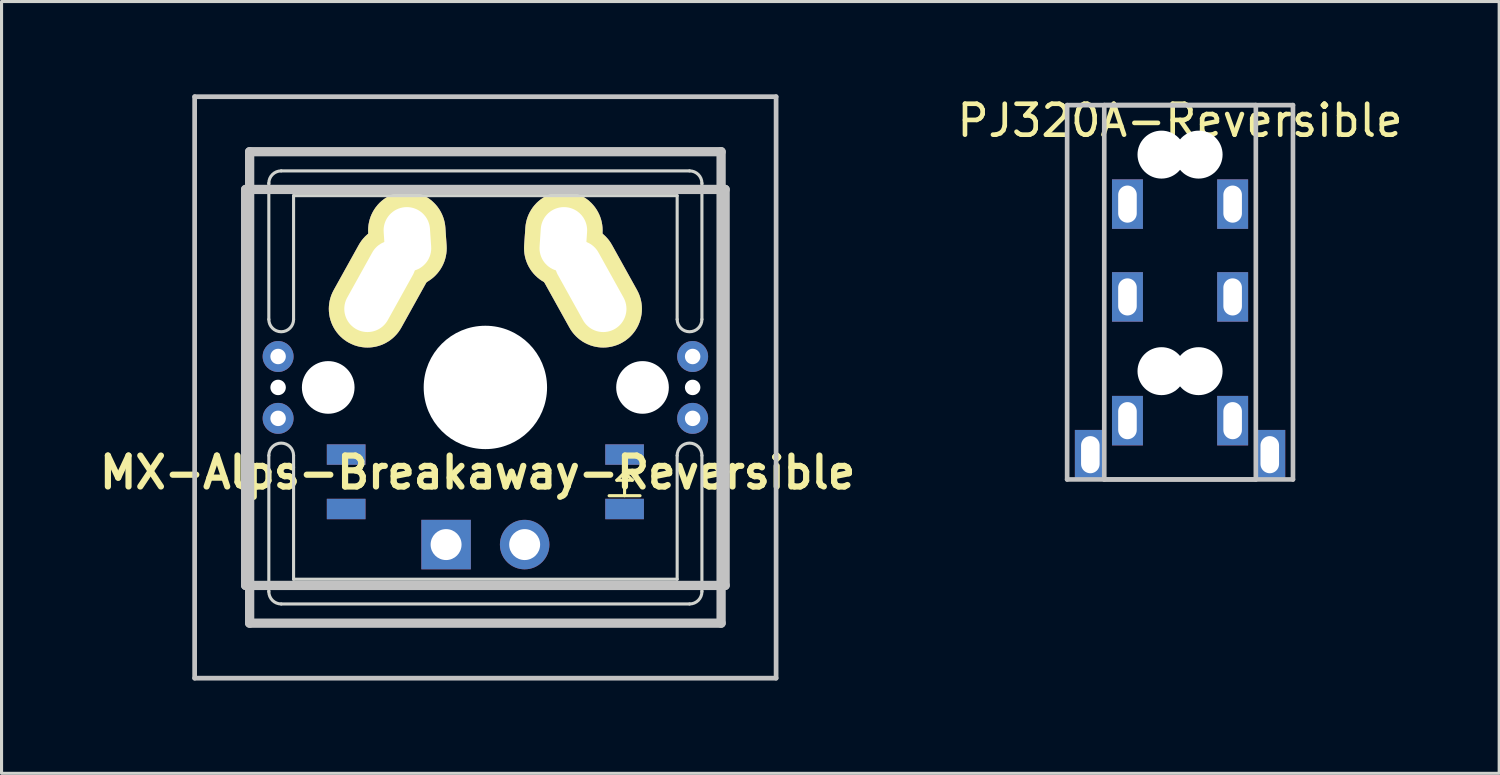
<source format=kicad_pcb>
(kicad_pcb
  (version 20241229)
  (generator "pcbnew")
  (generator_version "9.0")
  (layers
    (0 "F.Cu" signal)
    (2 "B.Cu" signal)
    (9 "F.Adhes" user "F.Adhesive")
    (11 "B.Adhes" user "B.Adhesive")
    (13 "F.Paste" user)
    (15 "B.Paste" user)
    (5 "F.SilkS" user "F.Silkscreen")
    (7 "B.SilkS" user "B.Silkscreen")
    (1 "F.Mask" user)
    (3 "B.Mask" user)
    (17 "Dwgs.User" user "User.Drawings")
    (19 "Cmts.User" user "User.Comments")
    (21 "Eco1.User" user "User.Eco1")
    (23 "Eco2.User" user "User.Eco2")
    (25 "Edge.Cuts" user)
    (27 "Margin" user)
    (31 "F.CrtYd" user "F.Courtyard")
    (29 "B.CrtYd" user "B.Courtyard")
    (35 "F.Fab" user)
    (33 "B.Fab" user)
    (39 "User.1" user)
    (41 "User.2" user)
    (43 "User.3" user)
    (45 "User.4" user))
  (footprint "MX-Alps-Breakaway-Reversible"
    (layer "F.Cu")
    (at 12.64 9.474)
    (property "Reference" "MX-Alps-Breakaway-Reversible" (at -0.25 2.75 0) (layer "F.SilkS") (effects (font (size 1 1) (thickness 0.2))))
    (attr through_hole)
    (fp_line (start 4 3.5) (end 5 3.5) (stroke (width 0.1) (type solid)) (layer "F.SilkS"))
    (fp_line (start 4.25 3) (end 4.75 3) (stroke (width 0.1) (type solid)) (layer "F.SilkS"))
    (fp_line (start 4.5 2.75) (end 4.25 3) (stroke (width 0.1) (type solid)) (layer "F.SilkS"))
    (fp_line (start 4.5 3.5) (end 4.5 2.75) (stroke (width 0.1) (type solid)) (layer "F.SilkS"))
    (fp_line (start 4.75 3) (end 4.5 2.75) (stroke (width 0.1) (type solid)) (layer "F.SilkS"))
    (fp_line (start -9.398 -9.398) (end 9.398 -9.398) (stroke (width 0.152) (type solid)) (layer "Dwgs.User"))
    (fp_line (start -9.398 9.398) (end -9.398 -9.398) (stroke (width 0.152) (type solid)) (layer "Dwgs.User"))
    (fp_line (start -7.75 6.4) (end -7.75 -6.4) (stroke (width 0.3) (type solid)) (layer "Dwgs.User"))
    (fp_line (start -7.75 6.4) (end 7.75 6.4) (stroke (width 0.3) (type solid)) (layer "Dwgs.User"))
    (fp_line (start -7.62 -7.62) (end 7.62 -7.62) (stroke (width 0.3) (type solid)) (layer "Dwgs.User"))
    (fp_line (start -7.62 7.62) (end -7.62 -7.62) (stroke (width 0.3) (type solid)) (layer "Dwgs.User"))
    (fp_line (start 7.62 -7.62) (end 7.62 7.62) (stroke (width 0.3) (type solid)) (layer "Dwgs.User"))
    (fp_line (start 7.62 7.62) (end -7.62 7.62) (stroke (width 0.3) (type solid)) (layer "Dwgs.User"))
    (fp_line (start 7.75 -6.4) (end -7.75 -6.4) (stroke (width 0.3) (type solid)) (layer "Dwgs.User"))
    (fp_line (start 7.75 6.4) (end 7.75 -6.4) (stroke (width 0.3) (type solid)) (layer "Dwgs.User"))
    (fp_line (start 9.398 -9.398) (end 9.398 9.398) (stroke (width 0.152) (type solid)) (layer "Dwgs.User"))
    (fp_line (start 9.398 9.398) (end -9.398 9.398) (stroke (width 0.152) (type solid)) (layer "Dwgs.User"))
    (fp_line (start -7 -2.2) (end -7 -6.6) (stroke (width 0.1) (type solid)) (layer "Edge.Cuts"))
    (fp_line (start -7 2.2) (end -7 6.6) (stroke (width 0.1) (type solid)) (layer "Edge.Cuts"))
    (fp_line (start -6.6 -7) (end 6.6 -7) (stroke (width 0.1) (type solid)) (layer "Edge.Cuts"))
    (fp_line (start -6.6 7) (end 6.6 7) (stroke (width 0.1) (type solid)) (layer "Edge.Cuts"))
    (fp_line (start -6.2 -6.2) (end -6.2 -2.2) (stroke (width 0.1) (type solid)) (layer "Edge.Cuts"))
    (fp_line (start -6.2 -6.2) (end 6.2 -6.2) (stroke (width 0.1) (type solid)) (layer "Edge.Cuts"))
    (fp_line (start -6.2 6.2) (end -6.2 2.2) (stroke (width 0.1) (type solid)) (layer "Edge.Cuts"))
    (fp_line (start -6.2 6.2) (end 6.2 6.2) (stroke (width 0.1) (type solid)) (layer "Edge.Cuts"))
    (fp_line (start 6.2 -6.2) (end 6.2 -2.2) (stroke (width 0.1) (type solid)) (layer "Edge.Cuts"))
    (fp_line (start 6.2 6.2) (end 6.2 2.2) (stroke (width 0.1) (type solid)) (layer "Edge.Cuts"))
    (fp_line (start 7 -2.2) (end 7 -6.6) (stroke (width 0.1) (type solid)) (layer "Edge.Cuts"))
    (fp_line (start 7 2.2) (end 7 6.6) (stroke (width 0.1) (type solid)) (layer "Edge.Cuts"))
    (fp_arc (start -7 -6.6) (mid -6.882843 -6.882843) (end -6.6 -7) (stroke (width 0.1) (type solid)) (layer "Edge.Cuts"))
    (fp_arc (start -7 2.2) (mid -6.6 1.8) (end -6.2 2.2) (stroke (width 0.1) (type solid)) (layer "Edge.Cuts"))
    (fp_arc (start -6.6 7) (mid -6.882843 6.882843) (end -7 6.6) (stroke (width 0.1) (type solid)) (layer "Edge.Cuts"))
    (fp_arc (start -6.2 -2.2) (mid -6.6 -1.8) (end -7 -2.2) (stroke (width 0.1) (type solid)) (layer "Edge.Cuts"))
    (fp_arc (start 6.2 2.2) (mid 6.6 1.8) (end 7 2.2) (stroke (width 0.1) (type solid)) (layer "Edge.Cuts"))
    (fp_arc (start 6.6 -7) (mid 6.882843 -6.882843) (end 7 -6.6) (stroke (width 0.1) (type solid)) (layer "Edge.Cuts"))
    (fp_arc (start 7 -2.2) (mid 6.6 -1.8) (end 6.2 -2.2) (stroke (width 0.1) (type solid)) (layer "Edge.Cuts"))
    (fp_arc (start 7 6.6) (mid 6.882843 6.882843) (end 6.6 7) (stroke (width 0.1) (type solid)) (layer "Edge.Cuts"))
    (pad "" np_thru_hole circle (at -6.7 0) (size 0.5 0.5) (drill 0.5) (layers "*.Cu" "*.Mask"))
    (pad "" np_thru_hole circle (at -5.08 0) (size 1.702 1.702) (drill 1.702) (layers "*.Cu"))
    (pad "" np_thru_hole circle (at 0 0) (size 3.988 3.988) (drill 3.988) (layers "*.Cu"))
    (pad "" np_thru_hole circle (at 5.08 0) (size 1.702 1.702) (drill 1.702) (layers "*.Cu"))
    (pad "" np_thru_hole circle (at 6.7 0) (size 0.5 0.5) (drill 0.5) (layers "*.Cu" "*.Mask"))
    (pad "1" thru_hole circle (at -6.7 -1) (size 1 1) (drill 0.5) (layers "*.Cu" "*.Mask"))
    (pad "1" thru_hole oval (at -3.405 -3.27 330.95) (size 2.5 4.17) (drill oval 1.5 3.17) (layers "*.Cu" "*.Mask" "F.SilkS"))
    (pad "1" thru_hole oval (at -2.52 -4.79 3.9) (size 2.5 3.08) (drill oval 1.5 2.08) (layers "*.Cu" "*.Mask" "F.SilkS"))
    (pad "2" thru_hole oval (at 2.52 -4.79 356.1) (size 2.5 3.08) (drill oval 1.5 2.08) (layers "*.Cu" "*.Mask" "F.SilkS"))
    (pad "2" thru_hole oval (at 3.405 -3.27 29.05) (size 2.5 4.17) (drill oval 1.5 3.17) (layers "*.Cu" "*.Mask" "F.SilkS"))
    (pad "2" smd rect (at 4.5 3.6) (size 1.25 0.66) (drill (offset 0 0.33)) (layers "F.Cu" "F.Mask" "F.Paste"))
    (pad "2" smd rect (at 4.5 3.6) (size 1.25 0.66) (drill (offset 0 0.33)) (layers "F.Mask" "B.Cu" "F.Paste"))
    (pad "3" thru_hole circle (at -6.7 1) (size 1 1) (drill 0.5) (layers "*.Cu" "*.Mask"))
    (pad "3" smd rect (at -4.5 2.5) (size 1.25 0.66) (drill (offset 0 -0.33)) (layers "F.Cu" "F.Mask" "F.Paste"))
    (pad "3" smd rect (at -4.5 2.5) (size 1.25 0.66) (drill (offset 0 -0.33)) (layers "F.Mask" "B.Cu" "F.Paste"))
    (pad "4" smd rect (at -4.5 3.6) (size 1.25 0.66) (drill (offset 0 0.33)) (layers "F.Cu" "F.Mask" "F.Paste"))
    (pad "4" smd rect (at -4.5 3.6) (size 1.25 0.66) (drill (offset 0 0.33)) (layers "F.Mask" "B.Cu" "F.Paste"))
    (pad "4" thru_hole rect (at -1.27 5.08) (size 1.6 1.6) (drill 1) (layers "*.Cu" "*.Mask"))
    (pad "5" thru_hole circle (at 1.27 5.08) (size 1.6 1.6) (drill 1) (layers "*.Cu" "*.Mask"))
    (pad "5" thru_hole circle (at 6.7 1) (size 1 1) (drill 0.5) (layers "*.Cu" "*.Mask"))
    (pad "6" smd rect (at 4.5 2.5) (size 1.25 0.66) (drill (offset 0 -0.33)) (layers "F.Cu" "F.Mask" "F.Paste"))
    (pad "6" smd rect (at 4.5 2.5) (size 1.25 0.66) (drill (offset 0 -0.33)) (layers "F.Mask" "B.Cu" "F.Paste"))
    (pad "6" thru_hole circle (at 6.7 -1) (size 1 1) (drill 0.5) (layers "*.Cu" "*.Mask")))
  (footprint "PJ320A-Reversible"
    (layer "F.Cu")
    (at 35.096 0.348)
    (property "Reference" "PJ320A-Reversible" (at 0 0.5 0) (layer "F.SilkS") (effects (font (size 1 1) (thickness 0.15))))
    (attr through_hole)
    (fp_line (start -3.65 0) (end -3.65 12.1) (stroke (width 0.15) (type solid)) (layer "Dwgs.User"))
    (fp_line (start -2.45 0) (end -2.45 12.1) (stroke (width 0.15) (type solid)) (layer "Dwgs.User"))
    (fp_line (start -2.45 0) (end 3.65 0) (stroke (width 0.15) (type solid)) (layer "Dwgs.User"))
    (fp_line (start -2.45 12.1) (end 3.65 12.1) (stroke (width 0.15) (type solid)) (layer "Dwgs.User"))
    (fp_line (start 2.45 0) (end -3.65 0) (stroke (width 0.15) (type solid)) (layer "Dwgs.User"))
    (fp_line (start 2.45 0) (end 2.45 12.1) (stroke (width 0.15) (type solid)) (layer "Dwgs.User"))
    (fp_line (start 2.45 12.1) (end -3.65 12.1) (stroke (width 0.15) (type solid)) (layer "Dwgs.User"))
    (fp_line (start 3.65 0) (end 3.65 12.1) (stroke (width 0.15) (type solid)) (layer "Dwgs.User"))
    (pad "" np_thru_hole circle (at -0.6 1.6) (size 1.55 1.55) (drill 1.55) (layers "*.Cu" "*.Mask"))
    (pad "" np_thru_hole circle (at -0.6 8.6) (size 1.55 1.55) (drill 1.55) (layers "*.Cu" "*.Mask"))
    (pad "" np_thru_hole circle (at 0.6 1.6) (size 1.55 1.55) (drill 1.55) (layers "*.Cu" "*.Mask"))
    (pad "" np_thru_hole circle (at 0.6 8.6) (size 1.55 1.55) (drill 1.55) (layers "*.Cu" "*.Mask"))
    (pad "1" thru_hole rect (at -1.7 3.2) (size 1 1.6) (drill oval 0.6 1.2) (layers "*.Cu" "*.Mask"))
    (pad "2" thru_hole rect (at 1.7 3.2) (size 1 1.6) (drill oval 0.6 1.2) (layers "*.Cu" "*.Mask"))
    (pad "3" thru_hole rect (at -1.7 6.2) (size 1 1.6) (drill oval 0.6 1.2) (layers "*.Cu" "*.Mask"))
    (pad "4" thru_hole rect (at 1.7 6.2) (size 1 1.6) (drill oval 0.6 1.2) (layers "*.Cu" "*.Mask"))
    (pad "5" thru_hole rect (at -1.7 10.2) (size 1 1.6) (drill oval 0.6 1.2) (layers "*.Cu" "*.Mask"))
    (pad "6" thru_hole rect (at 1.7 10.2) (size 1 1.6) (drill oval 0.6 1.2) (layers "*.Cu" "*.Mask"))
    (pad "7" thru_hole rect (at -2.9 11.3) (size 1 1.6) (drill oval 0.6 1.2) (layers "*.Cu" "*.Mask"))
    (pad "8" thru_hole rect (at 2.9 11.3) (size 1 1.6) (drill oval 0.6 1.2) (layers "*.Cu" "*.Mask")))
  (gr_rect
    (start -3 -3)
    (end 45.412 21.948)
    (stroke (width 0.1) (type default))
    (fill no)
    (layer "Edge.Cuts")))
</source>
